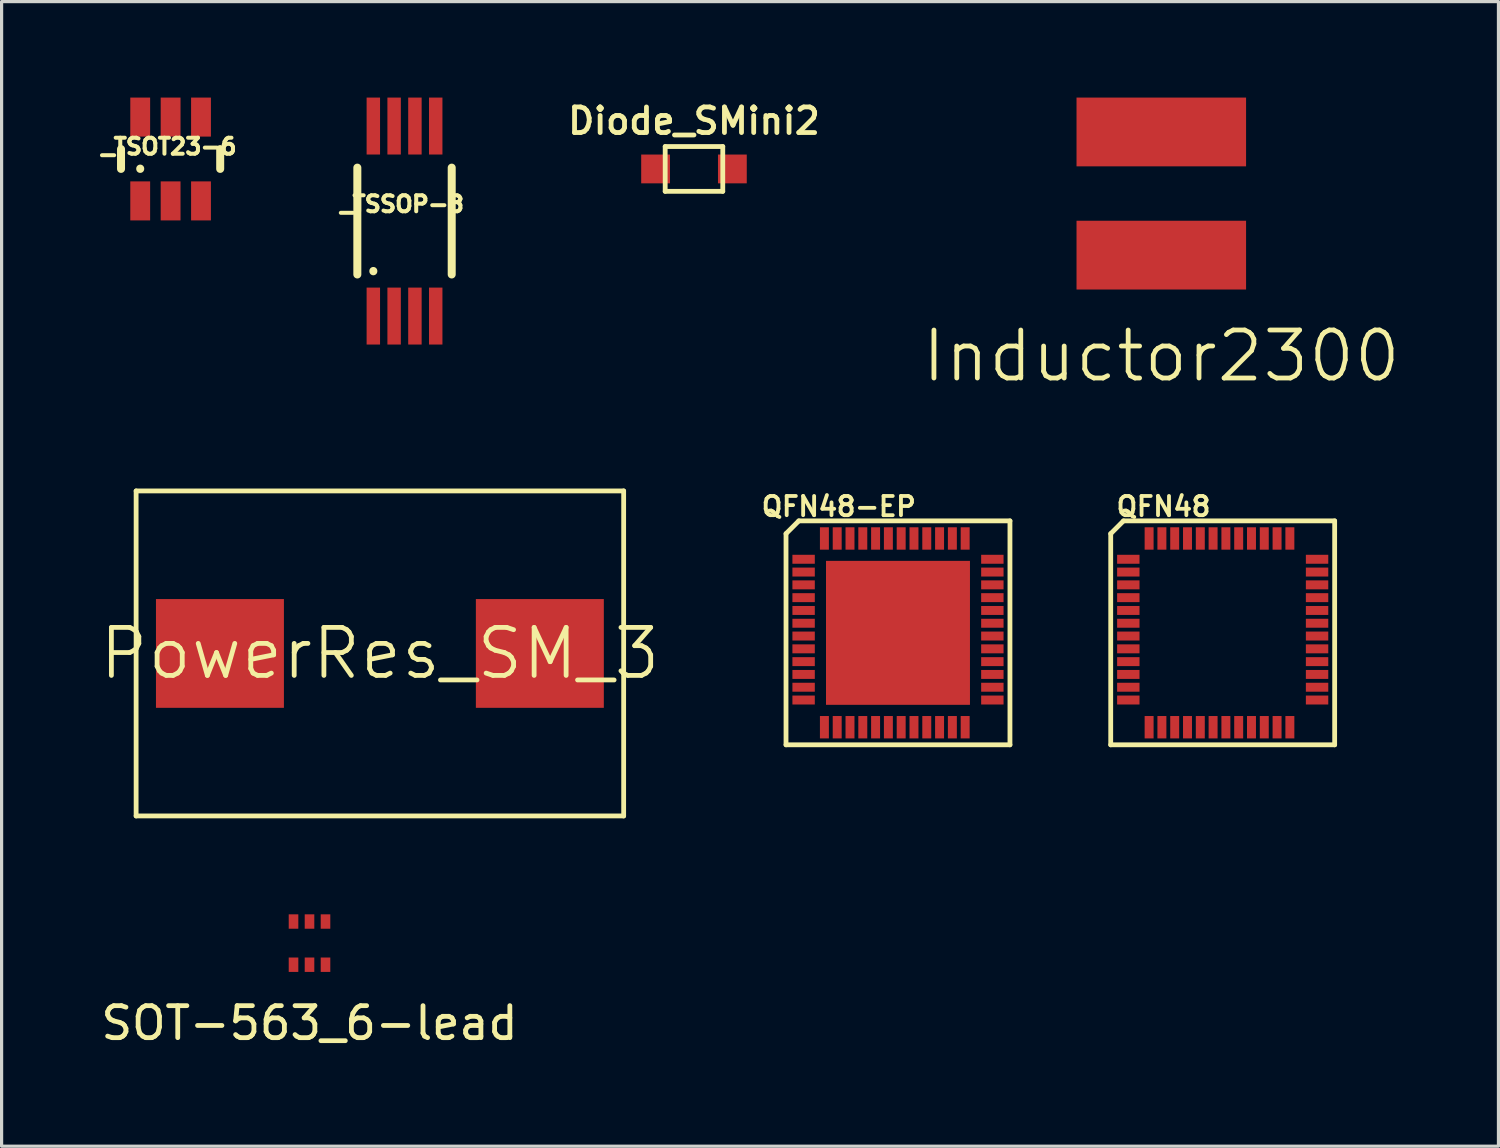
<source format=kicad_pcb>
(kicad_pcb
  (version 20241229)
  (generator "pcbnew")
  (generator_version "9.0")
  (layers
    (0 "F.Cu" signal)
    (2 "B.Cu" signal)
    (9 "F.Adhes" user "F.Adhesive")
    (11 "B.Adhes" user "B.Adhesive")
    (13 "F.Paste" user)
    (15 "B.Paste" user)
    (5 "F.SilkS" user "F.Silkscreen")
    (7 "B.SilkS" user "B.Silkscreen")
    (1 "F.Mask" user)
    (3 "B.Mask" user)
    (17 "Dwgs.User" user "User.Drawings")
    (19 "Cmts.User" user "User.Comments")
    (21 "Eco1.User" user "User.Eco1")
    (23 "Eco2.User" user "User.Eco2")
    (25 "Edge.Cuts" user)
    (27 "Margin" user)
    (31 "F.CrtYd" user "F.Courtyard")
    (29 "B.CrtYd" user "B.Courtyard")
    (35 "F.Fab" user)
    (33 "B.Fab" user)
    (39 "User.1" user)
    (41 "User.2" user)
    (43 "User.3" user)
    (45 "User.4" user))
  (footprint "PowerRes_SM_3"
    (layer "F.Cu")
    (at 8.825 17.376)
    (property "Reference" "PowerRes_SM_3" (at 0 0 0) (layer "F.SilkS") (effects (font (size 1.5 1.5) (thickness 0.15))))
    (attr through_hole)
    (fp_line (start -7.62 -5.08) (end -7.62 5.08) (stroke (width 0.15) (type solid)) (layer "F.SilkS"))
    (fp_line (start -7.62 5.08) (end 7.62 5.08) (stroke (width 0.15) (type solid)) (layer "F.SilkS"))
    (fp_line (start 7.62 -5.08) (end -7.62 -5.08) (stroke (width 0.15) (type solid)) (layer "F.SilkS"))
    (fp_line (start 7.62 5.08) (end 7.62 -5.08) (stroke (width 0.15) (type solid)) (layer "F.SilkS"))
    (pad "1" smd rect (at 5 0) (size 4 3.4) (layers "F.Cu" "F.Mask" "F.Paste"))
    (pad "2" smd rect (at -5 0) (size 4 3.4) (layers "F.Cu" "F.Mask" "F.Paste")))
  (footprint "QFN48-EP"
    (layer "F.Cu")
    (at 22.02 13.732)
    (property "Reference" "QFN48-EP" (at 1.15 -0.95 0) (layer "F.SilkS") (effects (font (size 0.6 0.6) (thickness 0.12))))
    (attr through_hole)
    (fp_line (start -0.5 6.5) (end -0.5 -0.1) (stroke (width 0.15) (type solid)) (layer "F.SilkS"))
    (fp_line (start -0.1 -0.5) (end -0.5 -0.1) (stroke (width 0.15) (type solid)) (layer "F.SilkS"))
    (fp_line (start -0.1 -0.5) (end 6.5 -0.5) (stroke (width 0.15) (type solid)) (layer "F.SilkS"))
    (fp_line (start 6.5 -0.5) (end 6.5 6.5) (stroke (width 0.15) (type solid)) (layer "F.SilkS"))
    (fp_line (start 6.5 6.5) (end -0.5 6.5) (stroke (width 0.15) (type solid)) (layer "F.SilkS"))
    (pad "1" smd rect (at 0.05 0.7 90) (size 0.28 0.7) (layers "F.Cu" "F.Mask" "F.Paste"))
    (pad "2" smd rect (at 0.05 1.1 90) (size 0.28 0.7) (layers "F.Cu" "F.Mask" "F.Paste"))
    (pad "3" smd rect (at 0.05 1.5 90) (size 0.28 0.7) (layers "F.Cu" "F.Mask" "F.Paste"))
    (pad "4" smd rect (at 0.05 1.9 90) (size 0.28 0.7) (layers "F.Cu" "F.Mask" "F.Paste"))
    (pad "5" smd rect (at 0.05 2.3 90) (size 0.28 0.7) (layers "F.Cu" "F.Mask" "F.Paste"))
    (pad "6" smd rect (at 0.05 2.7 90) (size 0.28 0.7) (layers "F.Cu" "F.Mask" "F.Paste"))
    (pad "7" smd rect (at 0.05 3.1 90) (size 0.28 0.7) (layers "F.Cu" "F.Mask" "F.Paste"))
    (pad "8" smd rect (at 0.05 3.5 90) (size 0.28 0.7) (layers "F.Cu" "F.Mask" "F.Paste"))
    (pad "9" smd rect (at 0.05 3.9 90) (size 0.28 0.7) (layers "F.Cu" "F.Mask" "F.Paste"))
    (pad "10" smd rect (at 0.05 4.3 90) (size 0.28 0.7) (layers "F.Cu" "F.Mask" "F.Paste"))
    (pad "11" smd rect (at 0.05 4.7 90) (size 0.28 0.7) (layers "F.Cu" "F.Mask" "F.Paste"))
    (pad "12" smd rect (at 0.05 5.1 90) (size 0.28 0.7) (layers "F.Cu" "F.Mask" "F.Paste"))
    (pad "13" smd rect (at 0.7 5.95) (size 0.28 0.7) (layers "F.Cu" "F.Mask" "F.Paste"))
    (pad "14" smd rect (at 1.1 5.95) (size 0.28 0.7) (layers "F.Cu" "F.Mask" "F.Paste"))
    (pad "15" smd rect (at 1.5 5.95) (size 0.28 0.7) (layers "F.Cu" "F.Mask" "F.Paste"))
    (pad "16" smd rect (at 1.9 5.95) (size 0.28 0.7) (layers "F.Cu" "F.Mask" "F.Paste"))
    (pad "17" smd rect (at 2.3 5.95) (size 0.28 0.7) (layers "F.Cu" "F.Mask" "F.Paste"))
    (pad "18" smd rect (at 2.7 5.95) (size 0.28 0.7) (layers "F.Cu" "F.Mask" "F.Paste"))
    (pad "19" smd rect (at 3.1 5.95) (size 0.28 0.7) (layers "F.Cu" "F.Mask" "F.Paste"))
    (pad "20" smd rect (at 3.5 5.95) (size 0.28 0.7) (layers "F.Cu" "F.Mask" "F.Paste"))
    (pad "21" smd rect (at 3.9 5.95) (size 0.28 0.7) (layers "F.Cu" "F.Mask" "F.Paste"))
    (pad "22" smd rect (at 4.3 5.95) (size 0.28 0.7) (layers "F.Cu" "F.Mask" "F.Paste"))
    (pad "23" smd rect (at 4.7 5.95) (size 0.28 0.7) (layers "F.Cu" "F.Mask" "F.Paste"))
    (pad "24" smd rect (at 5.1 5.95) (size 0.28 0.7) (layers "F.Cu" "F.Mask" "F.Paste"))
    (pad "25" smd rect (at 5.95 5.1 90) (size 0.28 0.7) (layers "F.Cu" "F.Mask" "F.Paste"))
    (pad "26" smd rect (at 5.95 4.7 90) (size 0.28 0.7) (layers "F.Cu" "F.Mask" "F.Paste"))
    (pad "27" smd rect (at 5.95 4.3 90) (size 0.28 0.7) (layers "F.Cu" "F.Mask" "F.Paste"))
    (pad "28" smd rect (at 5.95 3.9 90) (size 0.28 0.7) (layers "F.Cu" "F.Mask" "F.Paste"))
    (pad "29" smd rect (at 5.95 3.5 90) (size 0.28 0.7) (layers "F.Cu" "F.Mask" "F.Paste"))
    (pad "30" smd rect (at 5.95 3.1 90) (size 0.28 0.7) (layers "F.Cu" "F.Mask" "F.Paste"))
    (pad "31" smd rect (at 5.95 2.7 90) (size 0.28 0.7) (layers "F.Cu" "F.Mask" "F.Paste"))
    (pad "32" smd rect (at 5.95 2.3 90) (size 0.28 0.7) (layers "F.Cu" "F.Mask" "F.Paste"))
    (pad "33" smd rect (at 5.95 1.9 90) (size 0.28 0.7) (layers "F.Cu" "F.Mask" "F.Paste"))
    (pad "34" smd rect (at 5.95 1.5 90) (size 0.28 0.7) (layers "F.Cu" "F.Mask" "F.Paste"))
    (pad "35" smd rect (at 5.95 1.1 90) (size 0.28 0.7) (layers "F.Cu" "F.Mask" "F.Paste"))
    (pad "36" smd rect (at 5.95 0.7 90) (size 0.28 0.7) (layers "F.Cu" "F.Mask" "F.Paste"))
    (pad "37" smd rect (at 5.1 0.05) (size 0.28 0.7) (layers "F.Cu" "F.Mask" "F.Paste"))
    (pad "38" smd rect (at 4.7 0.05) (size 0.28 0.7) (layers "F.Cu" "F.Mask" "F.Paste"))
    (pad "39" smd rect (at 4.3 0.05) (size 0.28 0.7) (layers "F.Cu" "F.Mask" "F.Paste"))
    (pad "40" smd rect (at 3.9 0.05) (size 0.28 0.7) (layers "F.Cu" "F.Mask" "F.Paste"))
    (pad "41" smd rect (at 3.5 0.05) (size 0.28 0.7) (layers "F.Cu" "F.Mask" "F.Paste"))
    (pad "42" smd rect (at 3.1 0.05) (size 0.28 0.7) (layers "F.Cu" "F.Mask" "F.Paste"))
    (pad "43" smd rect (at 2.7 0.05) (size 0.28 0.7) (layers "F.Cu" "F.Mask" "F.Paste"))
    (pad "44" smd rect (at 2.3 0.05) (size 0.28 0.7) (layers "F.Cu" "F.Mask" "F.Paste"))
    (pad "45" smd rect (at 1.9 0.05) (size 0.28 0.7) (layers "F.Cu" "F.Mask" "F.Paste"))
    (pad "46" smd rect (at 1.5 0.05) (size 0.28 0.7) (layers "F.Cu" "F.Mask" "F.Paste"))
    (pad "47" smd rect (at 1.1 0.05) (size 0.28 0.7) (layers "F.Cu" "F.Mask" "F.Paste"))
    (pad "48" smd rect (at 0.7 0.05) (size 0.28 0.7) (layers "F.Cu" "F.Mask" "F.Paste"))
    (pad "PAD" smd rect (at 3 3) (size 4.5 4.5) (layers "F.Cu" "F.Mask" "F.Paste")))
  (footprint "_TSOT23-6"
    (layer "F.Cu")
    (at 1.333 3.23)
    (property "Reference" "_TSOT23-6" (at 0.9 -1.7 0) (layer "F.SilkS") (effects (font (size 0.5 0.5) (thickness 0.125))))
    (attr through_hole)
    (fp_line (start -0.6 -1.62) (end -0.6 -1) (stroke (width 0.25) (type solid)) (layer "F.SilkS"))
    (fp_line (start 0 -1.01) (end 0 -1) (stroke (width 0.25) (type solid)) (layer "F.SilkS"))
    (fp_line (start 2.5 -1.62) (end 2.5 -1) (stroke (width 0.25) (type solid)) (layer "F.SilkS"))
    (pad "1" smd rect (at 0 0) (size 0.62 1.22) (layers "F.Cu" "F.Mask" "F.Paste"))
    (pad "2" smd rect (at 0.95 0) (size 0.62 1.22) (layers "F.Cu" "F.Mask" "F.Paste"))
    (pad "3" smd rect (at 1.9 0) (size 0.62 1.22) (layers "F.Cu" "F.Mask" "F.Paste"))
    (pad "4" smd rect (at 1.9 -2.62) (size 0.62 1.22) (layers "F.Cu" "F.Mask" "F.Paste"))
    (pad "5" smd rect (at 0.95 -2.62) (size 0.62 1.22) (layers "F.Cu" "F.Mask" "F.Paste"))
    (pad "6" smd rect (at 0 -2.62) (size 0.62 1.22) (layers "F.Cu" "F.Mask" "F.Paste")))
  (footprint "QFN48"
    (layer "F.Cu")
    (at 32.17 13.732)
    (property "Reference" "QFN48" (at 1.15 -0.95 0) (layer "F.SilkS") (effects (font (size 0.6 0.6) (thickness 0.12))))
    (attr through_hole)
    (fp_line (start -0.5 6.5) (end -0.5 -0.1) (stroke (width 0.15) (type solid)) (layer "F.SilkS"))
    (fp_line (start -0.1 -0.5) (end -0.5 -0.1) (stroke (width 0.15) (type solid)) (layer "F.SilkS"))
    (fp_line (start -0.1 -0.5) (end 6.5 -0.5) (stroke (width 0.15) (type solid)) (layer "F.SilkS"))
    (fp_line (start 6.5 -0.5) (end 6.5 6.5) (stroke (width 0.15) (type solid)) (layer "F.SilkS"))
    (fp_line (start 6.5 6.5) (end -0.5 6.5) (stroke (width 0.15) (type solid)) (layer "F.SilkS"))
    (pad "1" smd rect (at 0.05 0.7 90) (size 0.28 0.7) (layers "F.Cu" "F.Mask" "F.Paste"))
    (pad "2" smd rect (at 0.05 1.1 90) (size 0.28 0.7) (layers "F.Cu" "F.Mask" "F.Paste"))
    (pad "3" smd rect (at 0.05 1.5 90) (size 0.28 0.7) (layers "F.Cu" "F.Mask" "F.Paste"))
    (pad "4" smd rect (at 0.05 1.9 90) (size 0.28 0.7) (layers "F.Cu" "F.Mask" "F.Paste"))
    (pad "5" smd rect (at 0.05 2.3 90) (size 0.28 0.7) (layers "F.Cu" "F.Mask" "F.Paste"))
    (pad "6" smd rect (at 0.05 2.7 90) (size 0.28 0.7) (layers "F.Cu" "F.Mask" "F.Paste"))
    (pad "7" smd rect (at 0.05 3.1 90) (size 0.28 0.7) (layers "F.Cu" "F.Mask" "F.Paste"))
    (pad "8" smd rect (at 0.05 3.5 90) (size 0.28 0.7) (layers "F.Cu" "F.Mask" "F.Paste"))
    (pad "9" smd rect (at 0.05 3.9 90) (size 0.28 0.7) (layers "F.Cu" "F.Mask" "F.Paste"))
    (pad "10" smd rect (at 0.05 4.3 90) (size 0.28 0.7) (layers "F.Cu" "F.Mask" "F.Paste"))
    (pad "11" smd rect (at 0.05 4.7 90) (size 0.28 0.7) (layers "F.Cu" "F.Mask" "F.Paste"))
    (pad "12" smd rect (at 0.05 5.1 90) (size 0.28 0.7) (layers "F.Cu" "F.Mask" "F.Paste"))
    (pad "13" smd rect (at 0.7 5.95) (size 0.28 0.7) (layers "F.Cu" "F.Mask" "F.Paste"))
    (pad "14" smd rect (at 1.1 5.95) (size 0.28 0.7) (layers "F.Cu" "F.Mask" "F.Paste"))
    (pad "15" smd rect (at 1.5 5.95) (size 0.28 0.7) (layers "F.Cu" "F.Mask" "F.Paste"))
    (pad "16" smd rect (at 1.9 5.95) (size 0.28 0.7) (layers "F.Cu" "F.Mask" "F.Paste"))
    (pad "17" smd rect (at 2.3 5.95) (size 0.28 0.7) (layers "F.Cu" "F.Mask" "F.Paste"))
    (pad "18" smd rect (at 2.7 5.95) (size 0.28 0.7) (layers "F.Cu" "F.Mask" "F.Paste"))
    (pad "19" smd rect (at 3.1 5.95) (size 0.28 0.7) (layers "F.Cu" "F.Mask" "F.Paste"))
    (pad "20" smd rect (at 3.5 5.95) (size 0.28 0.7) (layers "F.Cu" "F.Mask" "F.Paste"))
    (pad "21" smd rect (at 3.9 5.95) (size 0.28 0.7) (layers "F.Cu" "F.Mask" "F.Paste"))
    (pad "22" smd rect (at 4.3 5.95) (size 0.28 0.7) (layers "F.Cu" "F.Mask" "F.Paste"))
    (pad "23" smd rect (at 4.7 5.95) (size 0.28 0.7) (layers "F.Cu" "F.Mask" "F.Paste"))
    (pad "24" smd rect (at 5.1 5.95) (size 0.28 0.7) (layers "F.Cu" "F.Mask" "F.Paste"))
    (pad "25" smd rect (at 5.95 5.1 90) (size 0.28 0.7) (layers "F.Cu" "F.Mask" "F.Paste"))
    (pad "26" smd rect (at 5.95 4.7 90) (size 0.28 0.7) (layers "F.Cu" "F.Mask" "F.Paste"))
    (pad "27" smd rect (at 5.95 4.3 90) (size 0.28 0.7) (layers "F.Cu" "F.Mask" "F.Paste"))
    (pad "28" smd rect (at 5.95 3.9 90) (size 0.28 0.7) (layers "F.Cu" "F.Mask" "F.Paste"))
    (pad "29" smd rect (at 5.95 3.5 90) (size 0.28 0.7) (layers "F.Cu" "F.Mask" "F.Paste"))
    (pad "30" smd rect (at 5.95 3.1 90) (size 0.28 0.7) (layers "F.Cu" "F.Mask" "F.Paste"))
    (pad "31" smd rect (at 5.95 2.7 90) (size 0.28 0.7) (layers "F.Cu" "F.Mask" "F.Paste"))
    (pad "32" smd rect (at 5.95 2.3 90) (size 0.28 0.7) (layers "F.Cu" "F.Mask" "F.Paste"))
    (pad "33" smd rect (at 5.95 1.9 90) (size 0.28 0.7) (layers "F.Cu" "F.Mask" "F.Paste"))
    (pad "34" smd rect (at 5.95 1.5 90) (size 0.28 0.7) (layers "F.Cu" "F.Mask" "F.Paste"))
    (pad "35" smd rect (at 5.95 1.1 90) (size 0.28 0.7) (layers "F.Cu" "F.Mask" "F.Paste"))
    (pad "36" smd rect (at 5.95 0.7 90) (size 0.28 0.7) (layers "F.Cu" "F.Mask" "F.Paste"))
    (pad "37" smd rect (at 5.1 0.05) (size 0.28 0.7) (layers "F.Cu" "F.Mask" "F.Paste"))
    (pad "38" smd rect (at 4.7 0.05) (size 0.28 0.7) (layers "F.Cu" "F.Mask" "F.Paste"))
    (pad "39" smd rect (at 4.3 0.05) (size 0.28 0.7) (layers "F.Cu" "F.Mask" "F.Paste"))
    (pad "40" smd rect (at 3.9 0.05) (size 0.28 0.7) (layers "F.Cu" "F.Mask" "F.Paste"))
    (pad "41" smd rect (at 3.5 0.05) (size 0.28 0.7) (layers "F.Cu" "F.Mask" "F.Paste"))
    (pad "42" smd rect (at 3.1 0.05) (size 0.28 0.7) (layers "F.Cu" "F.Mask" "F.Paste"))
    (pad "43" smd rect (at 2.7 0.05) (size 0.28 0.7) (layers "F.Cu" "F.Mask" "F.Paste"))
    (pad "44" smd rect (at 2.3 0.05) (size 0.28 0.7) (layers "F.Cu" "F.Mask" "F.Paste"))
    (pad "45" smd rect (at 1.9 0.05) (size 0.28 0.7) (layers "F.Cu" "F.Mask" "F.Paste"))
    (pad "46" smd rect (at 1.5 0.05) (size 0.28 0.7) (layers "F.Cu" "F.Mask" "F.Paste"))
    (pad "47" smd rect (at 1.1 0.05) (size 0.28 0.7) (layers "F.Cu" "F.Mask" "F.Paste"))
    (pad "48" smd rect (at 0.7 0.05) (size 0.28 0.7) (layers "F.Cu" "F.Mask" "F.Paste")))
  (footprint "SOT-563_6-lead"
    (layer "F.Cu")
    (at 6.625 26.431)
    (property "Reference" "SOT-563_6-lead" (at 0 2.5 0) (layer "F.SilkS") (effects (font (size 1 1) (thickness 0.15))))
    (attr through_hole)
    (pad "1" smd rect (at -0.5 0.675) (size 0.3 0.45) (layers "F.Cu" "F.Mask" "F.Paste"))
    (pad "2" smd rect (at 0 0.675) (size 0.3 0.45) (layers "F.Cu" "F.Mask" "F.Paste"))
    (pad "3" smd rect (at 0.5 0.675) (size 0.3 0.45) (layers "F.Cu" "F.Mask" "F.Paste"))
    (pad "4" smd rect (at 0.5 -0.675) (size 0.3 0.45) (layers "F.Cu" "F.Mask" "F.Paste"))
    (pad "5" smd rect (at 0 -0.675) (size 0.3 0.45) (layers "F.Cu" "F.Mask" "F.Paste"))
    (pad "6" smd rect (at -0.5 -0.675) (size 0.3 0.45) (layers "F.Cu" "F.Mask" "F.Paste")))
  (footprint "Diode_SMini2"
    (layer "F.Cu")
    (at 18.643 2.231)
    (property "Reference" "Diode_SMini2" (at 0 -1.5 0) (layer "F.SilkS") (effects (font (size 0.8 0.8) (thickness 0.15))))
    (attr through_hole)
    (fp_line (start -0.9 -0.7) (end -0.9 0.7) (stroke (width 0.15) (type solid)) (layer "F.SilkS"))
    (fp_line (start -0.9 0.7) (end 0.9 0.7) (stroke (width 0.15) (type solid)) (layer "F.SilkS"))
    (fp_line (start 0.9 -0.7) (end -0.9 -0.7) (stroke (width 0.15) (type solid)) (layer "F.SilkS"))
    (fp_line (start 0.9 0.7) (end 0.9 -0.7) (stroke (width 0.15) (type solid)) (layer "F.SilkS"))
    (pad "1" smd rect (at -1.2 0) (size 0.9 0.9) (layers "F.Cu" "F.Mask" "F.Paste"))
    (pad "2" smd rect (at 1.2 0) (size 0.9 0.9) (layers "F.Cu" "F.Mask" "F.Paste")))
  (footprint "Inductor2300"
    (layer "F.Cu")
    (at 33.251 3)
    (property "Reference" "Inductor2300" (at 0 5.08 0) (layer "F.SilkS") (effects (font (size 1.5 1.5) (thickness 0.15))))
    (attr through_hole)
    (pad "1" smd rect (at 0 -1.925) (size 5.3 2.15) (layers "F.Cu" "F.Mask" "F.Paste"))
    (pad "2" smd rect (at 0 1.925) (size 5.3 2.15) (layers "F.Cu" "F.Mask" "F.Paste")))
  (footprint "_TSSOP-8"
    (layer "F.Cu")
    (at 8.62 6.83)
    (property "Reference" "_TSSOP-8" (at 0.9 -3.5 0) (layer "F.SilkS") (effects (font (size 0.5 0.5) (thickness 0.125))))
    (attr through_hole)
    (fp_line (start -0.5 -4.64) (end -0.5 -1.3) (stroke (width 0.25) (type solid)) (layer "F.SilkS"))
    (fp_line (start 0 -1.41) (end 0 -1.4) (stroke (width 0.25) (type solid)) (layer "F.SilkS"))
    (fp_line (start 2.45 -4.64) (end 2.45 -1.3) (stroke (width 0.25) (type solid)) (layer "F.SilkS"))
    (pad "1" smd rect (at 0 0) (size 0.42 1.78) (layers "F.Cu" "F.Mask" "F.Paste"))
    (pad "2" smd rect (at 0.65 0) (size 0.42 1.78) (layers "F.Cu" "F.Mask" "F.Paste"))
    (pad "3" smd rect (at 1.3 0) (size 0.42 1.78) (layers "F.Cu" "F.Mask" "F.Paste"))
    (pad "4" smd rect (at 1.95 0) (size 0.42 1.78) (layers "F.Cu" "F.Mask" "F.Paste"))
    (pad "5" smd rect (at 1.95 -5.94) (size 0.42 1.78) (layers "F.Cu" "F.Mask" "F.Paste"))
    (pad "6" smd rect (at 1.3 -5.94) (size 0.42 1.78) (layers "F.Cu" "F.Mask" "F.Paste"))
    (pad "7" smd rect (at 0.65 -5.94) (size 0.42 1.78) (layers "F.Cu" "F.Mask" "F.Paste"))
    (pad "8" smd rect (at 0 -5.94) (size 0.42 1.78) (layers "F.Cu" "F.Mask" "F.Paste")))
  (gr_rect
    (start -3 -3)
    (end 43.79 32.779)
    (stroke (width 0.1) (type default))
    (fill no)
    (layer "Edge.Cuts")))
</source>
